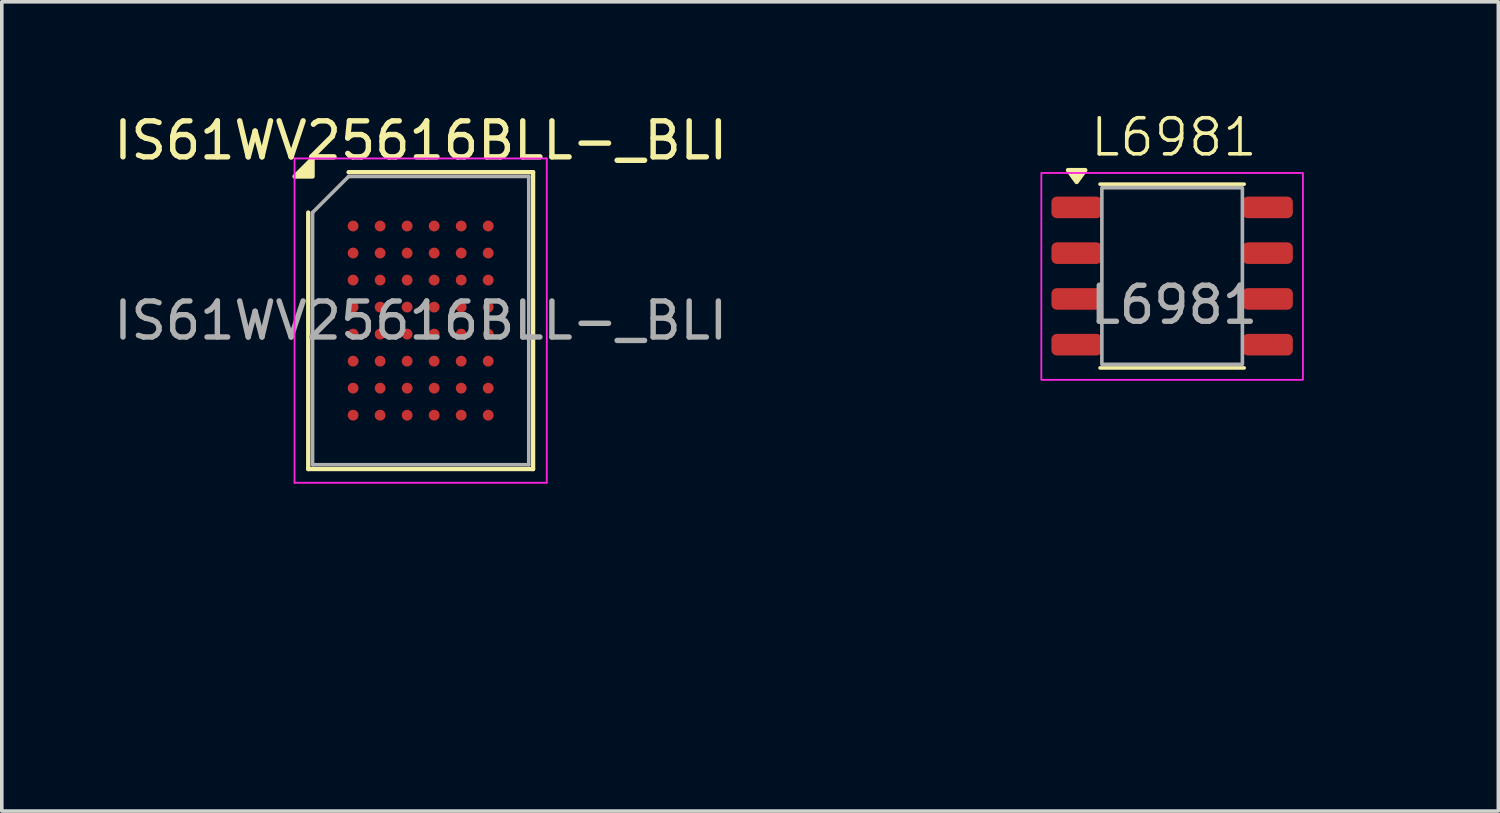
<source format=kicad_pcb>
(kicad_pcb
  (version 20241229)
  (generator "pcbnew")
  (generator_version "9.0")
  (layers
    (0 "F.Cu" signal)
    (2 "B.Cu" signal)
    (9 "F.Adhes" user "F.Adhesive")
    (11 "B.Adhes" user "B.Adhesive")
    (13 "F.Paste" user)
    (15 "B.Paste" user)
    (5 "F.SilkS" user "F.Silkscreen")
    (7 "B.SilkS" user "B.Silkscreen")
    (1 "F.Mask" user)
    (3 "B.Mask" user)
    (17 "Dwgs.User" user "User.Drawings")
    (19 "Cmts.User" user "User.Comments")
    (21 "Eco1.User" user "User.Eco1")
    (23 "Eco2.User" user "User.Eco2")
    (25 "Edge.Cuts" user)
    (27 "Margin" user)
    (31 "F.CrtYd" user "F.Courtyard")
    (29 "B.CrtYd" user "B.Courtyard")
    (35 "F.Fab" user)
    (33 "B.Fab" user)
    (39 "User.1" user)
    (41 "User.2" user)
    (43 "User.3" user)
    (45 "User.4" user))
  (footprint "L6981"
    (layer "F.Cu")
    (at 29.481 4.611)
    (property "Reference" "L6981" (at 0.05 -3.85 0) (unlocked yes) (layer "F.SilkS") (effects (font (size 1 1) (thickness 0.1))))
    (attr smd)
    (fp_line (start 2 -2.55) (end -2 -2.55) (stroke (width 0.1) (type default)) (layer "F.SilkS"))
    (fp_line (start 2 2.55) (end -2 2.55) (stroke (width 0.1) (type default)) (layer "F.SilkS"))
    (fp_poly (pts (xy -2.65 -2.61) (xy -2.89 -2.94) (xy -2.41 -2.94) (xy -2.65 -2.61)) (stroke (width 0.12) (type solid)) (fill yes) (layer "F.SilkS"))
    (fp_rect (start -3.63 -2.86) (end 3.63 2.88) (stroke (width 0.05) (type default)) (fill no) (layer "F.CrtYd"))
    (fp_rect (start -1.95 -2.45) (end 1.95 2.45) (stroke (width 0.1) (type default)) (fill no) (layer "F.Fab"))
    (fp_text user "${REFERENCE}" (at 0.05 0.8 0) (unlocked yes) (layer "F.Fab") (effects (font (size 1 1) (thickness 0.15))))
    (dimension (type orthogonal) (layer "User.1") (pts (xy 31.431 6.816) (xy 27.531 6.816)) (height 2.89) (orientation 0) (format (prefix "") (suffix "") (units 3) (units_format 0) (precision 4) (suppress_zeroes yes)) (style (thickness 0.05) (arrow_length 0.1) (text_position_mode 0) (arrow_direction outward) (extension_height 0.586) (extension_offset 0.5) (keep_text_aligned yes)) (gr_text "3.9" (at 29.481 9.345 0) (layer "User.1") (effects (font (size 0.3 0.3) (thickness 0.06) (bold yes)))))
    (dimension (type orthogonal) (layer "User.1") (pts (xy 32.831 6.816) (xy 26.131 6.816)) (height 4.89) (orientation 0) (format (prefix "") (suffix "") (units 3) (units_format 0) (precision 4) (suppress_zeroes yes)) (style (thickness 0.05) (arrow_length 0.1) (text_position_mode 0) (arrow_direction outward) (extension_height 0.586) (extension_offset 0.5) (keep_text_aligned yes)) (gr_text "6.7" (at 29.481 11.355 0) (layer "User.1") (effects (font (size 0.3 0.3) (thickness 0.05)))))
    (dimension (type orthogonal) (layer "User.1") (pts (xy 26.131 3.975) (xy 26.131 5.245)) (height -3) (orientation 1) (format (prefix "") (suffix "") (units 3) (units_format 0) (precision 4) (suppress_zeroes yes)) (style (thickness 0.05) (arrow_length 0.1) (text_position_mode 0) (arrow_direction outward) (extension_height 0.586) (extension_offset 0.5) (keep_text_aligned yes)) (gr_text "1.27" (at 22.781 4.611 90) (layer "User.1") (effects (font (size 0.3 0.3) (thickness 0.05) (bold yes)))))
    (dimension (type orthogonal) (layer "User.1") (pts (xy 32.831 2.405) (xy 32.831 3.006)) (height 1.3) (orientation 1) (format (prefix "") (suffix "") (units 3) (units_format 0) (precision 4) (suppress_zeroes yes)) (style (thickness 0.05) (arrow_length 0.1) (text_position_mode 2) (arrow_direction outward) (extension_height 0.586) (extension_offset 0.5) (keep_text_aligned yes)) (gr_text "0.6" (at 35.131 2.705 90) (layer "User.1") (effects (font (size 0.3 0.3) (thickness 0.05) (bold yes)))))
    (pad "1" smd roundrect (at -2.65 -1.905 270) (size 0.6 1.4) (layers "F.Cu" "F.Mask" "F.Paste") (roundrect_rratio 0.25))
    (pad "2" smd roundrect (at -2.65 -0.635 270) (size 0.6 1.4) (layers "F.Cu" "F.Mask" "F.Paste") (roundrect_rratio 0.25))
    (pad "3" smd roundrect (at -2.65 0.635 270) (size 0.6 1.4) (layers "F.Cu" "F.Mask" "F.Paste") (roundrect_rratio 0.25))
    (pad "4" smd roundrect (at -2.65 1.905 270) (size 0.6 1.4) (layers "F.Cu" "F.Mask" "F.Paste") (roundrect_rratio 0.25))
    (pad "5" smd roundrect (at 2.65 1.905 270) (size 0.6 1.4) (layers "F.Cu" "F.Mask" "F.Paste") (roundrect_rratio 0.25))
    (pad "6" smd roundrect (at 2.65 0.635 90) (size 0.6 1.4) (layers "F.Cu" "F.Mask" "F.Paste") (roundrect_rratio 0.25))
    (pad "7" smd roundrect (at 2.65 -0.635 270) (size 0.6 1.4) (layers "F.Cu" "F.Mask" "F.Paste") (roundrect_rratio 0.25))
    (pad "8" smd roundrect (at 2.65 -1.905 270) (size 0.6 1.4) (layers "F.Cu" "F.Mask" "F.Paste") (roundrect_rratio 0.25)))
  (footprint "IS61WV25616BLL-_BLI"
    (layer "F.Cu")
    (at 8.625 5.848)
    (property "Reference" "IS61WV25616BLL-_BLI" (at 0 -5 0) (layer "F.SilkS") (effects (font (size 1 1) (thickness 0.15))))
    (attr smd)
    (fp_line (start -3.12 4.12) (end -3.12 -3) (stroke (width 0.12) (type default)) (layer "F.SilkS"))
    (fp_line (start -3.12 4.12) (end 3.12 4.12) (stroke (width 0.12) (type default)) (layer "F.SilkS"))
    (fp_line (start -2 -4.12) (end 3.12 -4.12) (stroke (width 0.12) (type default)) (layer "F.SilkS"))
    (fp_line (start 3.12 -4.12) (end 3.12 4.12) (stroke (width 0.12) (type default)) (layer "F.SilkS"))
    (fp_poly (pts (xy -3 -4) (xy -3.5 -4) (xy -3 -4.5) (xy -3 -4)) (stroke (width 0.12) (type solid)) (fill yes) (layer "F.SilkS"))
    (fp_line (start -3.5 -4.5) (end 3.5 -4.5) (stroke (width 0.05) (type default)) (layer "F.CrtYd"))
    (fp_line (start -3.5 4.5) (end -3.5 -4.5) (stroke (width 0.05) (type default)) (layer "F.CrtYd"))
    (fp_line (start 3.5 -4.5) (end 3.5 4.5) (stroke (width 0.05) (type default)) (layer "F.CrtYd"))
    (fp_line (start 3.5 4.5) (end -3.5 4.5) (stroke (width 0.05) (type default)) (layer "F.CrtYd"))
    (fp_line (start -3 -3) (end -3 4) (stroke (width 0.1) (type default)) (layer "F.Fab"))
    (fp_line (start -3 4) (end 3 4) (stroke (width 0.1) (type default)) (layer "F.Fab"))
    (fp_line (start -2 -4) (end -3 -3) (stroke (width 0.1) (type default)) (layer "F.Fab"))
    (fp_line (start 3 -4) (end -2 -4) (stroke (width 0.1) (type default)) (layer "F.Fab"))
    (fp_line (start 3 4) (end 3 -4) (stroke (width 0.1) (type default)) (layer "F.Fab"))
    (fp_text user "${REFERENCE}" (at 0 0 0) (layer "F.Fab") (effects (font (size 1 1) (thickness 0.15))))
    (dimension (type orthogonal) (layer "User.2") (pts (xy 10.5 3.223) (xy 10.5 3.973)) (height 3.125) (orientation 1) (format (prefix "") (suffix "") (units 3) (units_format 0) (precision 4) (suppress_zeroes yes)) (style (thickness 0.05) (arrow_length 0.2) (text_position_mode 2) (arrow_direction outward) (extension_height 0.586) (extension_offset 0.5) (keep_text_aligned yes)) (gr_text "0.75" (at 14.625 3.598 90) (layer "User.2") (effects (font (size 0.3 0.3) (thickness 0.06) (bold yes)))))
    (dimension (type orthogonal) (layer "User.2") (pts (xy 11.625 1.848) (xy 11.625 9.848)) (height 7) (orientation 1) (format (prefix "") (suffix "") (units 3) (units_format 0) (precision 4) (suppress_zeroes yes)) (style (thickness 0.05) (arrow_length 0.2) (text_position_mode 0) (arrow_direction outward) (extension_height 0.586) (extension_offset 0.5) (keep_text_aligned yes)) (gr_text "8" (at 18.265 5.848 90) (layer "User.2") (effects (font (size 0.3 0.3) (thickness 0.06) (bold yes)))))
    (dimension (type orthogonal) (layer "User.2") (pts (xy 5.625 9.848) (xy 11.625 9.848)) (height 6) (orientation 0) (format (prefix "") (suffix "") (units 3) (units_format 0) (precision 4) (suppress_zeroes yes)) (style (thickness 0.05) (arrow_length 0.2) (text_position_mode 0) (arrow_direction outward) (extension_height 0.586) (extension_offset 0.5) (keep_text_aligned yes)) (gr_text "6" (at 8.625 15.488 0) (layer "User.2") (effects (font (size 0.3 0.3) (thickness 0.06) (bold yes)))))
    (dimension (type orthogonal) (layer "User.2") (pts (xy 6.75 8.473) (xy 5.625 9.848)) (height 5.375) (orientation 0) (format (prefix "") (suffix "") (units 3) (units_format 0) (precision 4) (suppress_zeroes yes)) (style (thickness 0.05) (arrow_length 0.2) (text_position_mode 2) (arrow_direction outward) (extension_height 0.586) (extension_offset 0.5) (keep_text_aligned yes)) (gr_text "1.125" (at 6.125 14.848 0) (layer "User.2") (effects (font (size 0.3 0.3) (thickness 0.06) (bold yes)))))
    (dimension (type orthogonal) (layer "User.2") (pts (xy 10.5 8.473) (xy 11.625 9.848)) (height 6.625) (orientation 1) (format (prefix "") (suffix "") (units 3) (units_format 0) (precision 4) (suppress_zeroes yes)) (style (thickness 0.05) (arrow_length 0.2) (text_position_mode 0) (arrow_direction outward) (extension_height 0.586) (extension_offset 0.5) (keep_text_aligned yes)) (gr_text "1.375" (at 16.765 9.161 90) (layer "User.2") (effects (font (size 0.3 0.3) (thickness 0.06) (bold yes)))))
    (dimension (type orthogonal) (layer "User.2") (pts (xy 6.75 8.473) (xy 10.5 8.473)) (height 5.375) (orientation 0) (format (prefix "") (suffix "") (units 3) (units_format 0) (precision 4) (suppress_zeroes yes)) (style (thickness 0.05) (arrow_length 0.2) (text_position_mode 0) (arrow_direction outward) (extension_height 0.586) (extension_offset 0.5) (keep_text_aligned yes)) (gr_text "3.75" (at 8.625 13.488 0) (layer "User.2") (effects (font (size 0.3 0.3) (thickness 0.06) (bold yes)))))
    (dimension (type orthogonal) (layer "User.2") (pts (xy 10.5 3.223) (xy 10.5 8.473)) (height 6.625) (orientation 1) (format (prefix "") (suffix "") (units 3) (units_format 0) (precision 4) (suppress_zeroes yes)) (style (thickness 0.05) (arrow_length 0.2) (text_position_mode 0) (arrow_direction outward) (extension_height 0.586) (extension_offset 0.5) (keep_text_aligned yes)) (gr_text "5.25" (at 16.765 5.848 90) (layer "User.2") (effects (font (size 0.3 0.3) (thickness 0.06) (bold yes)))))
    (pad "A1" smd circle (at -1.875 -2.625) (size 0.3 0.3) (layers "F.Cu" "F.Mask" "F.Paste"))
    (pad "A2" smd circle (at -1.125 -2.625) (size 0.3 0.3) (layers "F.Cu" "F.Mask" "F.Paste"))
    (pad "A3" smd circle (at -0.375 -2.625) (size 0.3 0.3) (layers "F.Cu" "F.Mask" "F.Paste"))
    (pad "A4" smd circle (at 0.375 -2.625) (size 0.3 0.3) (layers "F.Cu" "F.Mask" "F.Paste"))
    (pad "A5" smd circle (at 1.125 -2.625) (size 0.3 0.3) (layers "F.Cu" "F.Mask" "F.Paste"))
    (pad "A6" smd circle (at 1.875 -2.625) (size 0.3 0.3) (layers "F.Cu" "F.Mask" "F.Paste"))
    (pad "B1" smd circle (at -1.875 -1.875) (size 0.3 0.3) (layers "F.Cu" "F.Mask" "F.Paste"))
    (pad "B2" smd circle (at -1.125 -1.875) (size 0.3 0.3) (layers "F.Cu" "F.Mask" "F.Paste"))
    (pad "B3" smd circle (at -0.375 -1.875) (size 0.3 0.3) (layers "F.Cu" "F.Mask" "F.Paste"))
    (pad "B4" smd circle (at 0.375 -1.875) (size 0.3 0.3) (layers "F.Cu" "F.Mask" "F.Paste"))
    (pad "B5" smd circle (at 1.125 -1.875) (size 0.3 0.3) (layers "F.Cu" "F.Mask" "F.Paste"))
    (pad "B6" smd circle (at 1.875 -1.875) (size 0.3 0.3) (layers "F.Cu" "F.Mask" "F.Paste"))
    (pad "C1" smd circle (at -1.875 -1.125) (size 0.3 0.3) (layers "F.Cu" "F.Mask" "F.Paste"))
    (pad "C2" smd circle (at -1.125 -1.125) (size 0.3 0.3) (layers "F.Cu" "F.Mask" "F.Paste"))
    (pad "C3" smd circle (at -0.375 -1.125) (size 0.3 0.3) (layers "F.Cu" "F.Mask" "F.Paste"))
    (pad "C4" smd circle (at 0.375 -1.125) (size 0.3 0.3) (layers "F.Cu" "F.Mask" "F.Paste"))
    (pad "C5" smd circle (at 1.125 -1.125) (size 0.3 0.3) (layers "F.Cu" "F.Mask" "F.Paste"))
    (pad "C6" smd circle (at 1.875 -1.125) (size 0.3 0.3) (layers "F.Cu" "F.Mask" "F.Paste"))
    (pad "D1" smd circle (at -1.875 -0.375) (size 0.3 0.3) (layers "F.Cu" "F.Mask" "F.Paste"))
    (pad "D2" smd circle (at -1.125 -0.375) (size 0.3 0.3) (layers "F.Cu" "F.Mask" "F.Paste"))
    (pad "D3" smd circle (at -0.375 -0.375) (size 0.3 0.3) (layers "F.Cu" "F.Mask" "F.Paste"))
    (pad "D4" smd circle (at 0.375 -0.375) (size 0.3 0.3) (layers "F.Cu" "F.Mask" "F.Paste"))
    (pad "D5" smd circle (at 1.125 -0.375) (size 0.3 0.3) (layers "F.Cu" "F.Mask" "F.Paste"))
    (pad "D6" smd circle (at 1.875 -0.375) (size 0.3 0.3) (layers "F.Cu" "F.Mask" "F.Paste"))
    (pad "E1" smd circle (at -1.875 0.375) (size 0.3 0.3) (layers "F.Cu" "F.Mask" "F.Paste"))
    (pad "E2" smd circle (at -1.125 0.375) (size 0.3 0.3) (layers "F.Cu" "F.Mask" "F.Paste"))
    (pad "E3" smd circle (at -0.375 0.375) (size 0.3 0.3) (layers "F.Cu" "F.Mask" "F.Paste"))
    (pad "E4" smd circle (at 0.375 0.375) (size 0.3 0.3) (layers "F.Cu" "F.Mask" "F.Paste"))
    (pad "E5" smd circle (at 1.125 0.375) (size 0.3 0.3) (layers "F.Cu" "F.Mask" "F.Paste"))
    (pad "E6" smd circle (at 1.875 0.375) (size 0.3 0.3) (layers "F.Cu" "F.Mask" "F.Paste"))
    (pad "F1" smd circle (at -1.875 1.125) (size 0.3 0.3) (layers "F.Cu" "F.Mask" "F.Paste"))
    (pad "F2" smd circle (at -1.125 1.125) (size 0.3 0.3) (layers "F.Cu" "F.Mask" "F.Paste"))
    (pad "F3" smd circle (at -0.375 1.125) (size 0.3 0.3) (layers "F.Cu" "F.Mask" "F.Paste"))
    (pad "F4" smd circle (at 0.375 1.125) (size 0.3 0.3) (layers "F.Cu" "F.Mask" "F.Paste"))
    (pad "F5" smd circle (at 1.125 1.125) (size 0.3 0.3) (layers "F.Cu" "F.Mask" "F.Paste"))
    (pad "F6" smd circle (at 1.875 1.125) (size 0.3 0.3) (layers "F.Cu" "F.Mask" "F.Paste"))
    (pad "G1" smd circle (at -1.875 1.875) (size 0.3 0.3) (layers "F.Cu" "F.Mask" "F.Paste"))
    (pad "G2" smd circle (at -1.125 1.875) (size 0.3 0.3) (layers "F.Cu" "F.Mask" "F.Paste"))
    (pad "G3" smd circle (at -0.375 1.875) (size 0.3 0.3) (layers "F.Cu" "F.Mask" "F.Paste"))
    (pad "G4" smd circle (at 0.375 1.875) (size 0.3 0.3) (layers "F.Cu" "F.Mask" "F.Paste"))
    (pad "G5" smd circle (at 1.125 1.875) (size 0.3 0.3) (layers "F.Cu" "F.Mask" "F.Paste"))
    (pad "G6" smd circle (at 1.875 1.875) (size 0.3 0.3) (layers "F.Cu" "F.Mask" "F.Paste"))
    (pad "H1" smd circle (at -1.875 2.625) (size 0.3 0.3) (layers "F.Cu" "F.Mask" "F.Paste"))
    (pad "H2" smd circle (at -1.125 2.625) (size 0.3 0.3) (layers "F.Cu" "F.Mask" "F.Paste"))
    (pad "H3" smd circle (at -0.375 2.625) (size 0.3 0.3) (layers "F.Cu" "F.Mask" "F.Paste"))
    (pad "H4" smd circle (at 0.375 2.625) (size 0.3 0.3) (layers "F.Cu" "F.Mask" "F.Paste"))
    (pad "H5" smd circle (at 1.125 2.625) (size 0.3 0.3) (layers "F.Cu" "F.Mask" "F.Paste"))
    (pad "H6" smd circle (at 1.875 2.625) (size 0.3 0.3) (layers "F.Cu" "F.Mask" "F.Paste")))
  (gr_rect
    (start -3 -3)
    (end 38.534 19.46)
    (stroke (width 0.1) (type default))
    (fill no)
    (layer "Edge.Cuts")))
</source>
